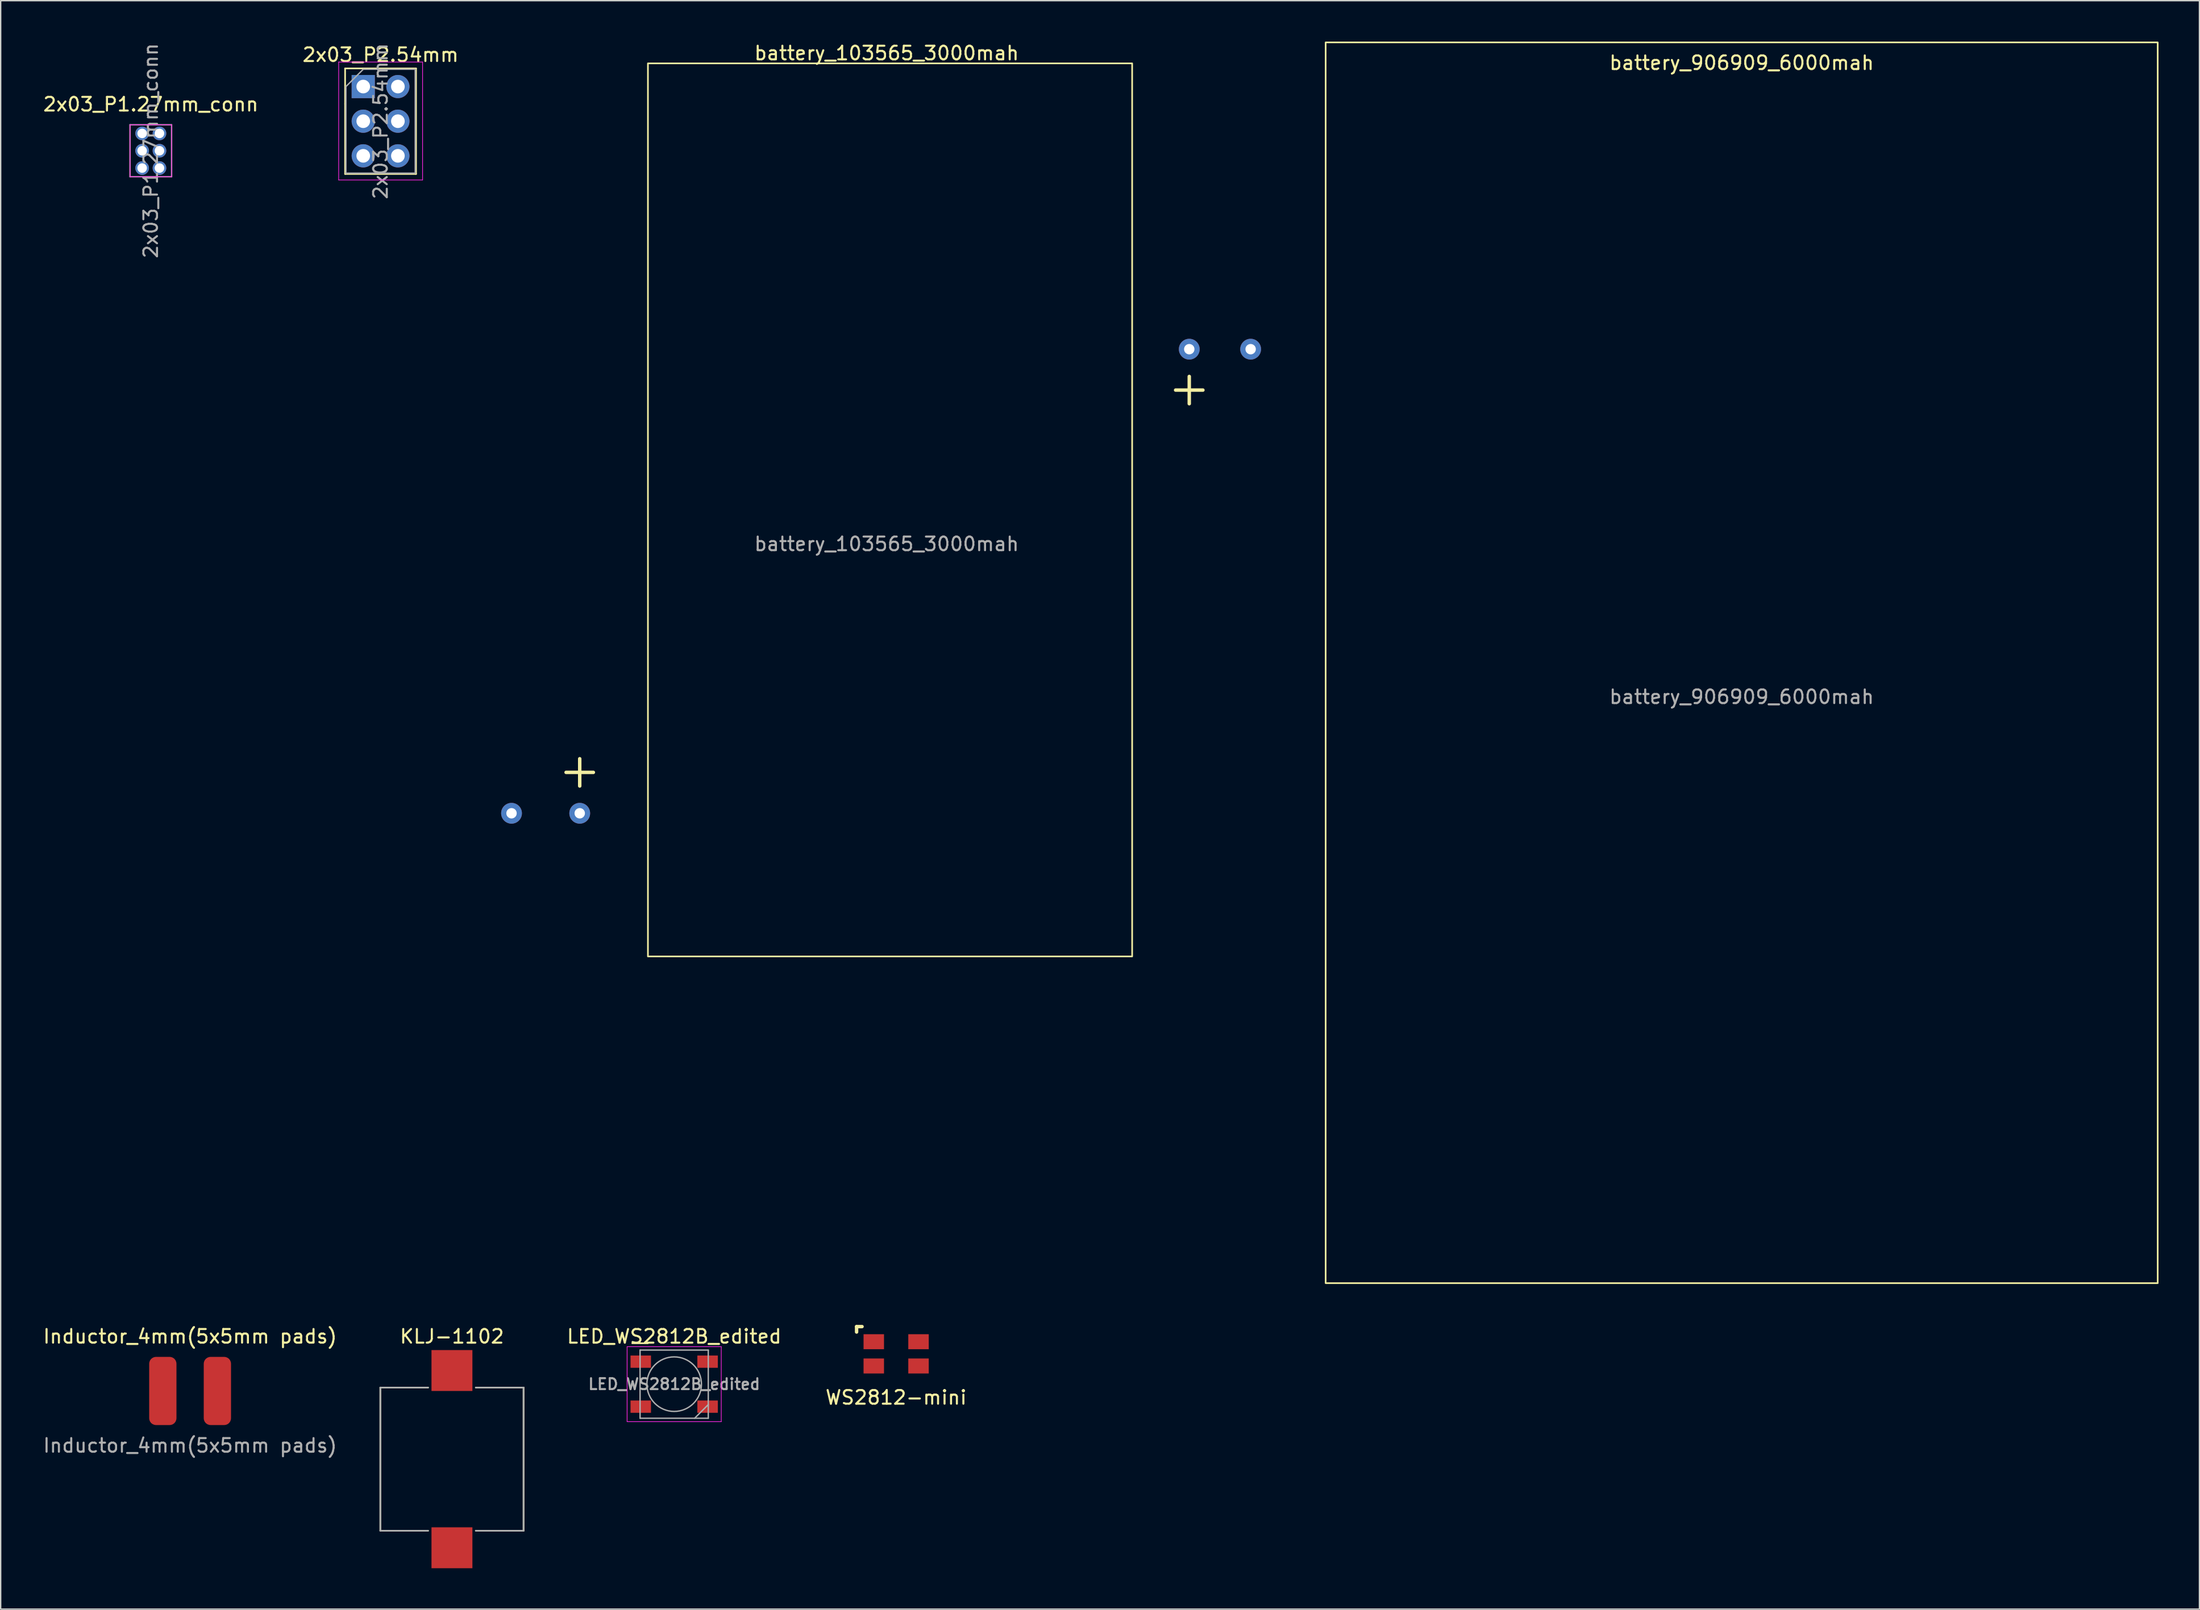
<source format=kicad_pcb>
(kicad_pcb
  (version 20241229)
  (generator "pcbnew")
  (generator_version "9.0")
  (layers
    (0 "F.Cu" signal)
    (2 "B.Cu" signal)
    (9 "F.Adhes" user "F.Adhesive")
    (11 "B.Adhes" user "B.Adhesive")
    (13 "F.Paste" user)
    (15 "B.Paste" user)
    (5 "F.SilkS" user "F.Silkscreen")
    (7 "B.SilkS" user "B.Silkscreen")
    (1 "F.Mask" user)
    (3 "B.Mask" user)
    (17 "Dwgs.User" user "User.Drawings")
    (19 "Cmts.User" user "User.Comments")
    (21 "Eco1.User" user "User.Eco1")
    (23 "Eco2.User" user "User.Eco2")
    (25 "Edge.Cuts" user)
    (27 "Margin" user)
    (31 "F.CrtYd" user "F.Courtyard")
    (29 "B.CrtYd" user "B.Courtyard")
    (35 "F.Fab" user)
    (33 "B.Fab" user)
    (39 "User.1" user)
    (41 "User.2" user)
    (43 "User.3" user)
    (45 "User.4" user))
  (footprint "2x03_P1.27mm_conn"
    (layer "F.Cu")
    (at 8.641 6.736)
    (property "Reference" "2x03_P1.27mm_conn" (at -0.635 -2.135 0) (layer "F.SilkS") (effects (font (size 1 1) (thickness 0.15))))
    (attr through_hole)
    (fp_line (start -2.159 -0.635) (end 0.889 -0.635) (stroke (width 0.05) (type solid)) (layer "F.CrtYd"))
    (fp_line (start -2.159 3.175) (end -2.159 -0.635) (stroke (width 0.05) (type solid)) (layer "F.CrtYd"))
    (fp_line (start 0.889 -0.635) (end 0.889 3.175) (stroke (width 0.05) (type solid)) (layer "F.CrtYd"))
    (fp_line (start 0.889 3.175) (end -2.159 3.175) (stroke (width 0.05) (type solid)) (layer "F.CrtYd"))
    (fp_line (start -2.16 -0.635) (end 0.889 -0.635) (stroke (width 0.1) (type solid)) (layer "F.Fab"))
    (fp_line (start -2.16 3.175) (end -2.16 -0.635) (stroke (width 0.1) (type solid)) (layer "F.Fab"))
    (fp_line (start 0.889 -0.635) (end 0.89 3.175) (stroke (width 0.1) (type solid)) (layer "F.Fab"))
    (fp_line (start 0.89 3.175) (end -2.16 3.175) (stroke (width 0.1) (type solid)) (layer "F.Fab"))
    (fp_text user "${REFERENCE}" (at -0.635 1.27 90) (layer "F.Fab") (effects (font (size 1 1) (thickness 0.15))))
    (pad "1" thru_hole circle (at 0 0) (size 1 1) (drill 0.7) (layers "*.Cu" "*.Mask"))
    (pad "2" thru_hole oval (at -1.27 0) (size 1 1) (drill 0.7) (layers "*.Cu" "*.Mask"))
    (pad "3" thru_hole oval (at 0 1.27) (size 1 1) (drill 0.7) (layers "*.Cu" "*.Mask"))
    (pad "4" thru_hole oval (at -1.27 1.27) (size 1 1) (drill 0.7) (layers "*.Cu" "*.Mask"))
    (pad "5" thru_hole oval (at 0 2.54) (size 1 1) (drill 0.7) (layers "*.Cu" "*.Mask"))
    (pad "6" thru_hole oval (at -1.27 2.54) (size 1 1) (drill 0.7) (layers "*.Cu" "*.Mask")))
  (footprint "Inductor_4mm(5x5mm pads)"
    (layer "F.Cu")
    (at 10.887 98.968)
    (property "Reference" "Inductor_4mm(5x5mm pads)" (at 0 -4 0) (unlocked yes) (layer "F.SilkS") (effects (font (size 1 1) (thickness 0.15))))
    (attr smd)
    (fp_text user "${REFERENCE}" (at 0 4 0) (unlocked yes) (layer "F.Fab") (effects (font (size 1 1) (thickness 0.15))))
    (pad "1" smd roundrect (at -2 0) (size 2 5) (layers "F.Cu" "F.Mask" "F.Paste") (roundrect_rratio 0.25))
    (pad "2" smd roundrect (at 2 0) (size 2 5) (layers "F.Cu" "F.Mask" "F.Paste") (roundrect_rratio 0.25)))
  (footprint "LED_WS2812B_edited"
    (layer "F.Cu")
    (at 46.376 98.468)
    (property "Reference" "LED_WS2812B_edited" (at 0 -3.5 0) (layer "F.SilkS") (effects (font (size 1 1) (thickness 0.15))))
    (attr smd)
    (fp_line (start -1.925 -3) (end -3.075 -3) (stroke (width 0.12) (type solid)) (layer "F.SilkS"))
    (fp_line (start -3.45 -2.75) (end -3.45 2.75) (stroke (width 0.05) (type solid)) (layer "F.CrtYd"))
    (fp_line (start -3.45 2.75) (end 3.45 2.75) (stroke (width 0.05) (type solid)) (layer "F.CrtYd"))
    (fp_line (start 3.45 -2.75) (end -3.45 -2.75) (stroke (width 0.05) (type solid)) (layer "F.CrtYd"))
    (fp_line (start 3.45 2.75) (end 3.45 -2.75) (stroke (width 0.05) (type solid)) (layer "F.CrtYd"))
    (fp_line (start -2.5 -2.5) (end -2.5 2.5) (stroke (width 0.1) (type solid)) (layer "F.Fab"))
    (fp_line (start -2.5 2.5) (end 2.5 2.5) (stroke (width 0.1) (type solid)) (layer "F.Fab"))
    (fp_line (start 2.5 -2.5) (end -2.5 -2.5) (stroke (width 0.1) (type solid)) (layer "F.Fab"))
    (fp_line (start 2.5 1.5) (end 1.5 2.5) (stroke (width 0.1) (type solid)) (layer "F.Fab"))
    (fp_line (start 2.5 2.5) (end 2.5 -2.5) (stroke (width 0.1) (type solid)) (layer "F.Fab"))
    (fp_circle (center 0 0) (end 0 -2) (stroke (width 0.1) (type solid)) (fill no) (layer "F.Fab"))
    (fp_text user "${REFERENCE}" (at 0 0 0) (layer "F.Fab") (effects (font (size 0.8 0.8) (thickness 0.15))))
    (pad "1" smd rect (at -2.45 -1.65) (size 1.5 0.9) (layers "F.Cu" "F.Mask" "F.Paste"))
    (pad "2" smd rect (at -2.45 1.65) (size 1.5 0.9) (layers "F.Cu" "F.Mask" "F.Paste"))
    (pad "3" smd rect (at 2.45 1.65) (size 1.5 0.9) (layers "F.Cu" "F.Mask" "F.Paste"))
    (pad "4" smd rect (at 2.45 -1.65) (size 1.5 0.9) (layers "F.Cu" "F.Mask" "F.Paste")))
  (footprint "WS2812-mini"
    (layer "F.Cu")
    (at 62.65 96.245)
    (property "Reference" "WS2812-mini" (at 0 3.2 0) (layer "F.SilkS") (effects (font (size 1 1) (thickness 0.15))))
    (attr smd)
    (fp_line (start -2.9 -2) (end -2.5 -2) (stroke (width 0.25) (type solid)) (layer "F.SilkS"))
    (fp_line (start -2.9 -1.6) (end -2.9 -2) (stroke (width 0.25) (type solid)) (layer "F.SilkS"))
    (pad "1" smd rect (at -1.64 -0.89) (size 1.5 1.1) (layers "F.Cu" "F.Mask" "F.Paste"))
    (pad "2" smd rect (at -1.64 0.89) (size 1.5 1.1) (layers "F.Cu" "F.Mask" "F.Paste"))
    (pad "3" smd rect (at 1.64 0.89) (size 1.5 1.1) (layers "F.Cu" "F.Mask" "F.Paste"))
    (pad "4" smd rect (at 1.64 -0.89) (size 1.5 1.1) (layers "F.Cu" "F.Mask" "F.Paste")))
  (footprint "battery_906909_6000mah"
    (layer "F.Cu")
    (at 124.639 45.56)
    (property "Reference" "battery_906909_6000mah" (at 0 -44 0) (unlocked yes) (layer "F.SilkS") (effects (font (size 1 1) (thickness 0.15))))
    (attr through_hole)
    (fp_line (start -41.5 -20) (end -39.5 -20) (stroke (width 0.254) (type solid)) (layer "F.SilkS"))
    (fp_line (start -40.5 -21) (end -40.5 -19) (stroke (width 0.254) (type solid)) (layer "F.SilkS"))
    (fp_rect (start -30.5 -45.5) (end 30.5 45.5) (stroke (width 0.12) (type solid)) (fill no) (layer "F.SilkS"))
    (fp_text user "${REFERENCE}" (at 0 2.5 0) (unlocked yes) (layer "F.Fab") (effects (font (size 1 1) (thickness 0.15))))
    (pad "1" thru_hole circle (at -40.5 -23) (size 1.524 1.524) (drill 0.762) (layers "*.Cu" "*.Mask"))
    (pad "2" thru_hole circle (at -36 -23) (size 1.524 1.524) (drill 0.762) (layers "*.Cu" "*.Mask")))
  (footprint "2x03_P2.54mm"
    (layer "F.Cu")
    (at 23.581 3.299)
    (property "Reference" "2x03_P2.54mm" (at 1.27 -2.33 0) (layer "F.SilkS") (effects (font (size 1 1) (thickness 0.15))))
    (attr through_hole)
    (fp_line (start -1.33 -1.33) (end 1.27 -1.33) (stroke (width 0.12) (type solid)) (layer "F.SilkS"))
    (fp_line (start -1.33 1.27) (end -1.33 -1.33) (stroke (width 0.12) (type solid)) (layer "F.SilkS"))
    (fp_line (start -1.33 1.27) (end -1.33 6.41) (stroke (width 0.12) (type solid)) (layer "F.SilkS"))
    (fp_line (start -1.33 6.41) (end 3.87 6.41) (stroke (width 0.12) (type solid)) (layer "F.SilkS"))
    (fp_line (start 1.27 -1.33) (end 3.87 -1.33) (stroke (width 0.12) (type solid)) (layer "F.SilkS"))
    (fp_line (start 3.87 -1.33) (end 3.87 6.41) (stroke (width 0.12) (type solid)) (layer "F.SilkS"))
    (fp_line (start -1.8 -1.8) (end -1.8 6.85) (stroke (width 0.05) (type solid)) (layer "F.CrtYd"))
    (fp_line (start -1.8 6.85) (end 4.35 6.85) (stroke (width 0.05) (type solid)) (layer "F.CrtYd"))
    (fp_line (start 4.35 -1.8) (end -1.8 -1.8) (stroke (width 0.05) (type solid)) (layer "F.CrtYd"))
    (fp_line (start 4.35 6.85) (end 4.35 -1.8) (stroke (width 0.05) (type solid)) (layer "F.CrtYd"))
    (fp_line (start -1.27 0) (end 0 -1.27) (stroke (width 0.1) (type solid)) (layer "F.Fab"))
    (fp_line (start -1.27 6.35) (end -1.27 0) (stroke (width 0.1) (type solid)) (layer "F.Fab"))
    (fp_line (start 0 -1.27) (end 3.81 -1.27) (stroke (width 0.1) (type solid)) (layer "F.Fab"))
    (fp_line (start 3.81 -1.27) (end 3.81 6.35) (stroke (width 0.1) (type solid)) (layer "F.Fab"))
    (fp_line (start 3.81 6.35) (end -1.27 6.35) (stroke (width 0.1) (type solid)) (layer "F.Fab"))
    (fp_text user "${REFERENCE}" (at 1.27 2.54 90) (layer "F.Fab") (effects (font (size 1 1) (thickness 0.15))))
    (pad "1" thru_hole rect (at 0 0) (size 1.7 1.7) (drill 1) (layers "*.Cu" "*.Mask"))
    (pad "2" thru_hole oval (at 2.54 0) (size 1.7 1.7) (drill 1) (layers "*.Cu" "*.Mask"))
    (pad "3" thru_hole oval (at 0 2.54) (size 1.7 1.7) (drill 1) (layers "*.Cu" "*.Mask"))
    (pad "4" thru_hole oval (at 2.54 2.54) (size 1.7 1.7) (drill 1) (layers "*.Cu" "*.Mask"))
    (pad "5" thru_hole oval (at 0 5.08) (size 1.7 1.7) (drill 1) (layers "*.Cu" "*.Mask"))
    (pad "6" thru_hole oval (at 2.54 5.08) (size 1.7 1.7) (drill 1) (layers "*.Cu" "*.Mask")))
  (footprint "KLJ-1102"
    (layer "F.Cu")
    (at 30.084 103.968)
    (property "Reference" "KLJ-1102" (at 0 -9 0) (unlocked yes) (layer "F.SilkS") (effects (font (size 1 1) (thickness 0.15))))
    (attr smd)
    (fp_line (start -5.25 -5.25) (end -5.25 5.25) (stroke (width 0.12) (type solid)) (layer "F.SilkS"))
    (fp_line (start -5.25 5.25) (end -1.75 5.25) (stroke (width 0.12) (type solid)) (layer "F.SilkS"))
    (fp_line (start -1.75 -5.25) (end -5.25 -5.25) (stroke (width 0.12) (type solid)) (layer "F.SilkS"))
    (fp_line (start 1.75 -5.25) (end 5.25 -5.25) (stroke (width 0.12) (type solid)) (layer "F.SilkS"))
    (fp_line (start 5.25 -5.25) (end 5.25 5.25) (stroke (width 0.12) (type solid)) (layer "F.SilkS"))
    (fp_line (start 5.25 5.25) (end 1.75 5.25) (stroke (width 0.12) (type solid)) (layer "F.SilkS"))
    (fp_line (start -5.25 -5.25) (end -5.25 5.25) (stroke (width 0.12) (type solid)) (layer "F.Fab"))
    (fp_line (start -5.25 5.25) (end -1.75 5.25) (stroke (width 0.12) (type solid)) (layer "F.Fab"))
    (fp_line (start -1.75 -5.25) (end -5.25 -5.25) (stroke (width 0.12) (type solid)) (layer "F.Fab"))
    (fp_line (start 1.75 -5.25) (end 5.25 -5.25) (stroke (width 0.12) (type solid)) (layer "F.Fab"))
    (fp_line (start 5.25 -5.25) (end 5.25 5.25) (stroke (width 0.12) (type solid)) (layer "F.Fab"))
    (fp_line (start 5.25 5.25) (end 1.75 5.25) (stroke (width 0.12) (type solid)) (layer "F.Fab"))
    (pad "1" smd rect (at 0 -6.5) (size 3 3) (layers "F.Cu" "F.Mask" "F.Paste"))
    (pad "2" smd rect (at 0 6.5) (size 3 3) (layers "F.Cu" "F.Mask" "F.Paste")))
  (footprint "battery_103565_3000mah"
    (layer "F.Cu")
    (at 61.952 34.348)
    (property "Reference" "battery_103565_3000mah" (at 0 -33.5 0) (unlocked yes) (layer "F.SilkS") (effects (font (size 1 1) (thickness 0.15))))
    (attr through_hole)
    (fp_line (start -22.5 20.25) (end -22.5 18.25) (stroke (width 0.254) (type solid)) (layer "F.SilkS"))
    (fp_line (start -21.5 19.25) (end -23.5 19.25) (stroke (width 0.254) (type solid)) (layer "F.SilkS"))
    (fp_rect (start -17.5 -32.75) (end 18 32.75) (stroke (width 0.12) (type solid)) (fill no) (layer "F.SilkS"))
    (fp_text user "${REFERENCE}" (at 0 2.5 0) (unlocked yes) (layer "F.Fab") (effects (font (size 1 1) (thickness 0.15))))
    (pad "1" thru_hole circle (at -22.5 22.25 180) (size 1.524 1.524) (drill 0.762) (layers "*.Cu" "*.Mask"))
    (pad "2" thru_hole circle (at -27.5 22.25 180) (size 1.524 1.524) (drill 0.762) (layers "*.Cu" "*.Mask")))
  (gr_rect
    (start -3 -3)
    (end 158.199 114.968)
    (stroke (width 0.1) (type default))
    (fill no)
    (layer "Edge.Cuts")))
</source>
